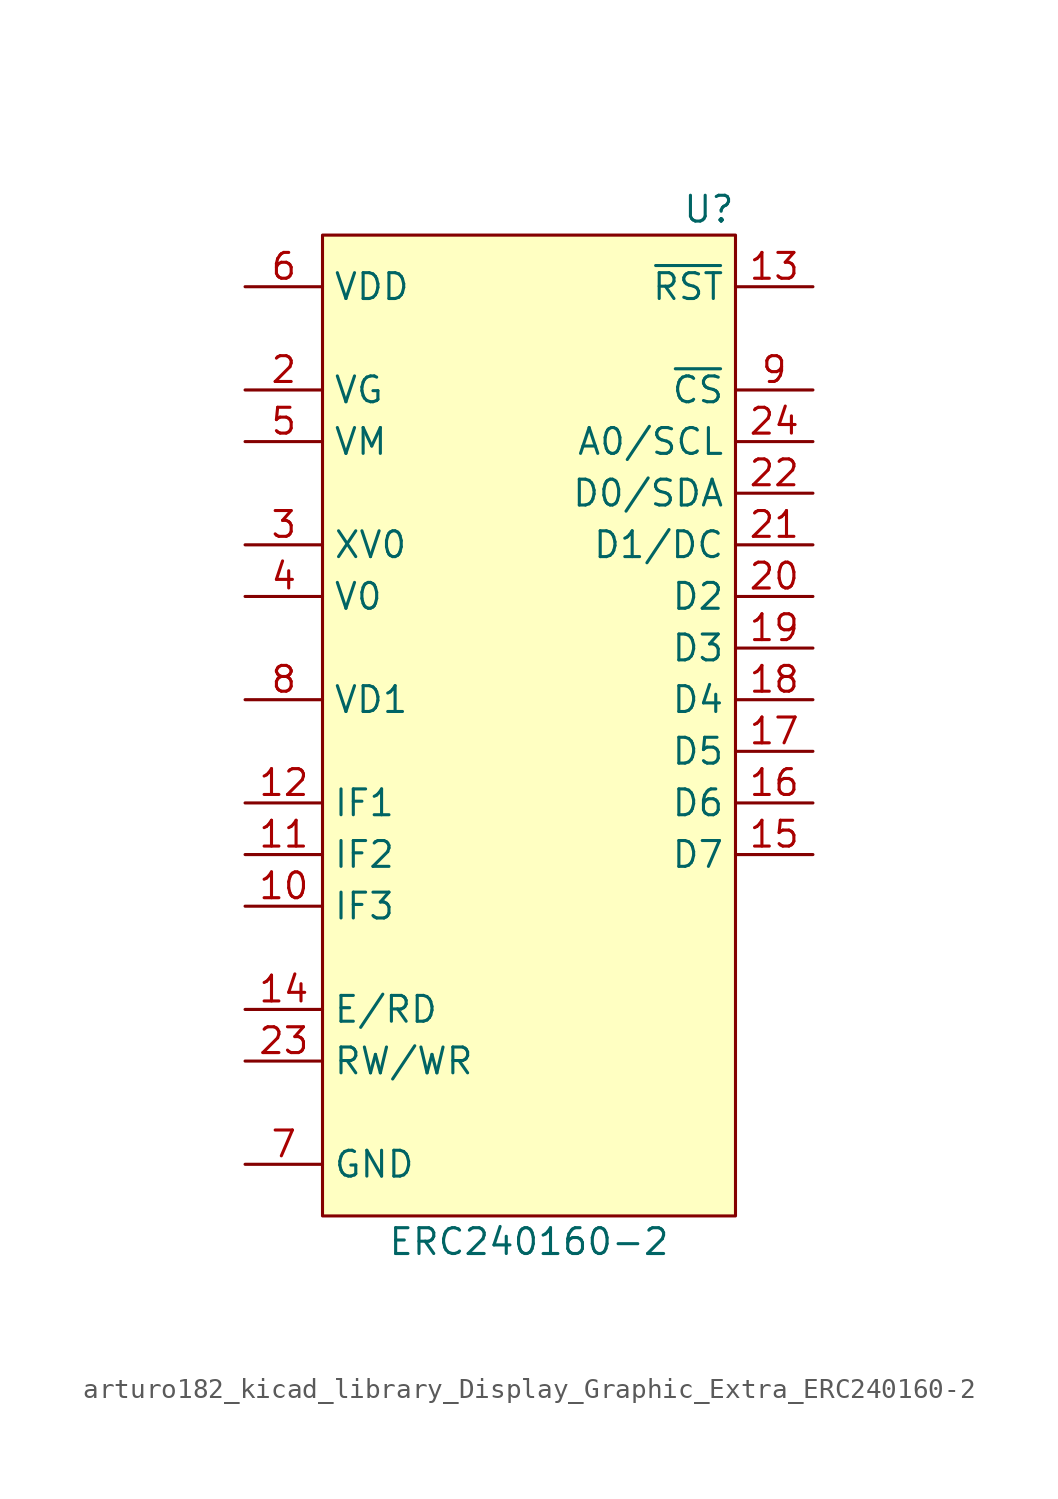
<source format=kicad_sym>
(kicad_symbol_lib
  (version 20220914)
  (generator kicad_symbol_editor)
  (symbol "arturo182_kicad_library_Display_Graphic_Extra_ERC240160-2"
    (property "Reference" "U"
      (at 10.16 25.4 0)
      (effects (font (size 1.27 1.27)) (justify right)))
    (property "Value" "ERC240160-2"
      (at 0 -25.4 0)
      (effects (font (size 1.27 1.27))))
    (symbol "arturo182_kicad_library_Display_Graphic_Extra_ERC240160-2_0_1"
      (rectangle (start -10.16 24.13) (end 10.16 -24.13) (stroke (width 0) (type default)) (fill (type background))))
    (symbol "arturo182_kicad_library_Display_Graphic_Extra_ERC240160-2_1_1"
      (pin passive line (at -13.97 -21.59 0) (length 3.81) hide (name "ESD" (effects (font (size 1.27 1.27)))) (number "1" (effects (font (size 1.27 1.27)))))
      (pin input line (at -13.97 -8.89 0) (length 3.81) (name "IF3" (effects (font (size 1.27 1.27)))) (number "10" (effects (font (size 1.27 1.27)))))
      (pin input line (at -13.97 -6.35 0) (length 3.81) (name "IF2" (effects (font (size 1.27 1.27)))) (number "11" (effects (font (size 1.27 1.27)))))
      (pin input line (at -13.97 -3.81 0) (length 3.81) (name "IF1" (effects (font (size 1.27 1.27)))) (number "12" (effects (font (size 1.27 1.27)))))
      (pin input line (at 13.97 21.59 180) (length 3.81) (name "~{RST}" (effects (font (size 1.27 1.27)))) (number "13" (effects (font (size 1.27 1.27)))))
      (pin input line (at -13.97 -13.97 0) (length 3.81) (name "E/RD" (effects (font (size 1.27 1.27)))) (number "14" (effects (font (size 1.27 1.27)))))
      (pin input line (at 13.97 -6.35 180) (length 3.81) (name "D7" (effects (font (size 1.27 1.27)))) (number "15" (effects (font (size 1.27 1.27)))))
      (pin input line (at 13.97 -3.81 180) (length 3.81) (name "D6" (effects (font (size 1.27 1.27)))) (number "16" (effects (font (size 1.27 1.27)))))
      (pin input line (at 13.97 -1.27 180) (length 3.81) (name "D5" (effects (font (size 1.27 1.27)))) (number "17" (effects (font (size 1.27 1.27)))))
      (pin input line (at 13.97 1.27 180) (length 3.81) (name "D4" (effects (font (size 1.27 1.27)))) (number "18" (effects (font (size 1.27 1.27)))))
      (pin input line (at 13.97 3.81 180) (length 3.81) (name "D3" (effects (font (size 1.27 1.27)))) (number "19" (effects (font (size 1.27 1.27)))))
      (pin input line (at -13.97 16.51 0) (length 3.81) (name "VG" (effects (font (size 1.27 1.27)))) (number "2" (effects (font (size 1.27 1.27)))))
      (pin input line (at 13.97 6.35 180) (length 3.81) (name "D2" (effects (font (size 1.27 1.27)))) (number "20" (effects (font (size 1.27 1.27)))))
      (pin input line (at 13.97 8.89 180) (length 3.81) (name "D1/DC" (effects (font (size 1.27 1.27)))) (number "21" (effects (font (size 1.27 1.27)))))
      (pin input line (at 13.97 11.43 180) (length 3.81) (name "D0/SDA" (effects (font (size 1.27 1.27)))) (number "22" (effects (font (size 1.27 1.27)))))
      (pin input line (at -13.97 -16.51 0) (length 3.81) (name "RW/WR" (effects (font (size 1.27 1.27)))) (number "23" (effects (font (size 1.27 1.27)))))
      (pin input line (at 13.97 13.97 180) (length 3.81) (name "A0/SCL" (effects (font (size 1.27 1.27)))) (number "24" (effects (font (size 1.27 1.27)))))
      (pin passive line (at -13.97 -21.59 0) (length 3.81) hide (name "ESD" (effects (font (size 1.27 1.27)))) (number "25" (effects (font (size 1.27 1.27)))))
      (pin input line (at -13.97 8.89 0) (length 3.81) (name "XV0" (effects (font (size 1.27 1.27)))) (number "3" (effects (font (size 1.27 1.27)))))
      (pin input line (at -13.97 6.35 0) (length 3.81) (name "V0" (effects (font (size 1.27 1.27)))) (number "4" (effects (font (size 1.27 1.27)))))
      (pin input line (at -13.97 13.97 0) (length 3.81) (name "VM" (effects (font (size 1.27 1.27)))) (number "5" (effects (font (size 1.27 1.27)))))
      (pin input line (at -13.97 21.59 0) (length 3.81) (name "VDD" (effects (font (size 1.27 1.27)))) (number "6" (effects (font (size 1.27 1.27)))))
      (pin input line (at -13.97 -21.59 0) (length 3.81) (name "GND" (effects (font (size 1.27 1.27)))) (number "7" (effects (font (size 1.27 1.27)))))
      (pin input line (at -13.97 1.27 0) (length 3.81) (name "VD1" (effects (font (size 1.27 1.27)))) (number "8" (effects (font (size 1.27 1.27)))))
      (pin input line (at 13.97 16.51 180) (length 3.81) (name "~{CS}" (effects (font (size 1.27 1.27)))) (number "9" (effects (font (size 1.27 1.27))))))))
</source>
